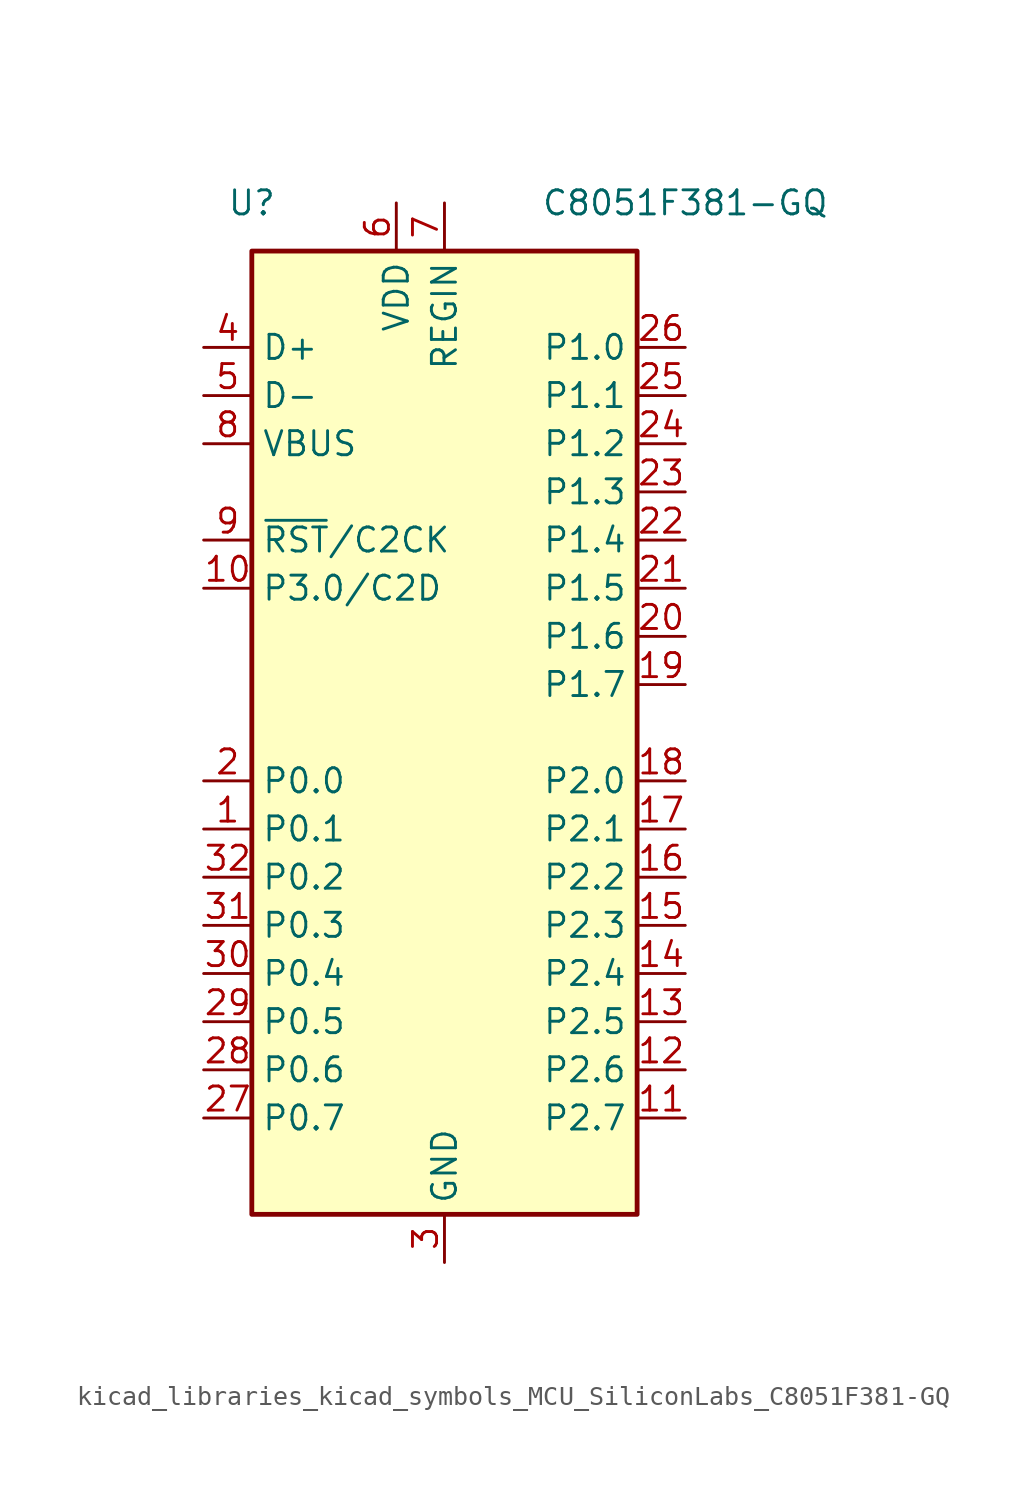
<source format=kicad_sym>
(kicad_symbol_lib
  (version 20220914)
  (generator kicad_symbol_editor)
  (symbol "kicad_libraries_kicad_symbols_MCU_SiliconLabs_C8051F381-GQ"
    (property "Reference" "U"
      (at -10.16 27.94 0)
      (effects (font (size 1.27 1.27))))
    (property "Value" "C8051F381-GQ"
      (at 12.7 27.94 0)
      (effects (font (size 1.27 1.27))))
    (symbol "kicad_libraries_kicad_symbols_MCU_SiliconLabs_C8051F381-GQ_0_1"
      (rectangle (start -10.16 25.4) (end 10.16 -25.4) (stroke (width 0.254) (type default)) (fill (type background))))
    (symbol "kicad_libraries_kicad_symbols_MCU_SiliconLabs_C8051F381-GQ_1_1"
      (pin bidirectional line (at -12.7 -5.08 0) (length 2.54) (name "P0.1" (effects (font (size 1.27 1.27)))) (number "1" (effects (font (size 1.27 1.27)))))
      (pin bidirectional line (at -12.7 7.62 0) (length 2.54) (name "P3.0/C2D" (effects (font (size 1.27 1.27)))) (number "10" (effects (font (size 1.27 1.27)))))
      (pin bidirectional line (at 12.7 -20.32 180) (length 2.54) (name "P2.7" (effects (font (size 1.27 1.27)))) (number "11" (effects (font (size 1.27 1.27)))))
      (pin bidirectional line (at 12.7 -17.78 180) (length 2.54) (name "P2.6" (effects (font (size 1.27 1.27)))) (number "12" (effects (font (size 1.27 1.27)))))
      (pin bidirectional line (at 12.7 -15.24 180) (length 2.54) (name "P2.5" (effects (font (size 1.27 1.27)))) (number "13" (effects (font (size 1.27 1.27)))))
      (pin bidirectional line (at 12.7 -12.7 180) (length 2.54) (name "P2.4" (effects (font (size 1.27 1.27)))) (number "14" (effects (font (size 1.27 1.27)))))
      (pin bidirectional line (at 12.7 -10.16 180) (length 2.54) (name "P2.3" (effects (font (size 1.27 1.27)))) (number "15" (effects (font (size 1.27 1.27)))))
      (pin bidirectional line (at 12.7 -7.62 180) (length 2.54) (name "P2.2" (effects (font (size 1.27 1.27)))) (number "16" (effects (font (size 1.27 1.27)))))
      (pin bidirectional line (at 12.7 -5.08 180) (length 2.54) (name "P2.1" (effects (font (size 1.27 1.27)))) (number "17" (effects (font (size 1.27 1.27)))))
      (pin bidirectional line (at 12.7 -2.54 180) (length 2.54) (name "P2.0" (effects (font (size 1.27 1.27)))) (number "18" (effects (font (size 1.27 1.27)))))
      (pin bidirectional line (at 12.7 2.54 180) (length 2.54) (name "P1.7" (effects (font (size 1.27 1.27)))) (number "19" (effects (font (size 1.27 1.27)))))
      (pin bidirectional line (at -12.7 -2.54 0) (length 2.54) (name "P0.0" (effects (font (size 1.27 1.27)))) (number "2" (effects (font (size 1.27 1.27)))))
      (pin bidirectional line (at 12.7 5.08 180) (length 2.54) (name "P1.6" (effects (font (size 1.27 1.27)))) (number "20" (effects (font (size 1.27 1.27)))))
      (pin bidirectional line (at 12.7 7.62 180) (length 2.54) (name "P1.5" (effects (font (size 1.27 1.27)))) (number "21" (effects (font (size 1.27 1.27)))))
      (pin bidirectional line (at 12.7 10.16 180) (length 2.54) (name "P1.4" (effects (font (size 1.27 1.27)))) (number "22" (effects (font (size 1.27 1.27)))))
      (pin bidirectional line (at 12.7 12.7 180) (length 2.54) (name "P1.3" (effects (font (size 1.27 1.27)))) (number "23" (effects (font (size 1.27 1.27)))))
      (pin bidirectional line (at 12.7 15.24 180) (length 2.54) (name "P1.2" (effects (font (size 1.27 1.27)))) (number "24" (effects (font (size 1.27 1.27)))))
      (pin bidirectional line (at 12.7 17.78 180) (length 2.54) (name "P1.1" (effects (font (size 1.27 1.27)))) (number "25" (effects (font (size 1.27 1.27)))))
      (pin bidirectional line (at 12.7 20.32 180) (length 2.54) (name "P1.0" (effects (font (size 1.27 1.27)))) (number "26" (effects (font (size 1.27 1.27)))))
      (pin bidirectional line (at -12.7 -20.32 0) (length 2.54) (name "P0.7" (effects (font (size 1.27 1.27)))) (number "27" (effects (font (size 1.27 1.27)))))
      (pin bidirectional line (at -12.7 -17.78 0) (length 2.54) (name "P0.6" (effects (font (size 1.27 1.27)))) (number "28" (effects (font (size 1.27 1.27)))))
      (pin bidirectional line (at -12.7 -15.24 0) (length 2.54) (name "P0.5" (effects (font (size 1.27 1.27)))) (number "29" (effects (font (size 1.27 1.27)))))
      (pin power_in line (at 0 -27.94 90) (length 2.54) (name "GND" (effects (font (size 1.27 1.27)))) (number "3" (effects (font (size 1.27 1.27)))))
      (pin bidirectional line (at -12.7 -12.7 0) (length 2.54) (name "P0.4" (effects (font (size 1.27 1.27)))) (number "30" (effects (font (size 1.27 1.27)))))
      (pin bidirectional line (at -12.7 -10.16 0) (length 2.54) (name "P0.3" (effects (font (size 1.27 1.27)))) (number "31" (effects (font (size 1.27 1.27)))))
      (pin bidirectional line (at -12.7 -7.62 0) (length 2.54) (name "P0.2" (effects (font (size 1.27 1.27)))) (number "32" (effects (font (size 1.27 1.27)))))
      (pin bidirectional line (at -12.7 20.32 0) (length 2.54) (name "D+" (effects (font (size 1.27 1.27)))) (number "4" (effects (font (size 1.27 1.27)))))
      (pin bidirectional line (at -12.7 17.78 0) (length 2.54) (name "D-" (effects (font (size 1.27 1.27)))) (number "5" (effects (font (size 1.27 1.27)))))
      (pin power_in line (at -2.54 27.94 270) (length 2.54) (name "VDD" (effects (font (size 1.27 1.27)))) (number "6" (effects (font (size 1.27 1.27)))))
      (pin power_in line (at 0 27.94 270) (length 2.54) (name "REGIN" (effects (font (size 1.27 1.27)))) (number "7" (effects (font (size 1.27 1.27)))))
      (pin input line (at -12.7 15.24 0) (length 2.54) (name "VBUS" (effects (font (size 1.27 1.27)))) (number "8" (effects (font (size 1.27 1.27)))))
      (pin input line (at -12.7 10.16 0) (length 2.54) (name "~{RST}/C2CK" (effects (font (size 1.27 1.27)))) (number "9" (effects (font (size 1.27 1.27))))))))
</source>
